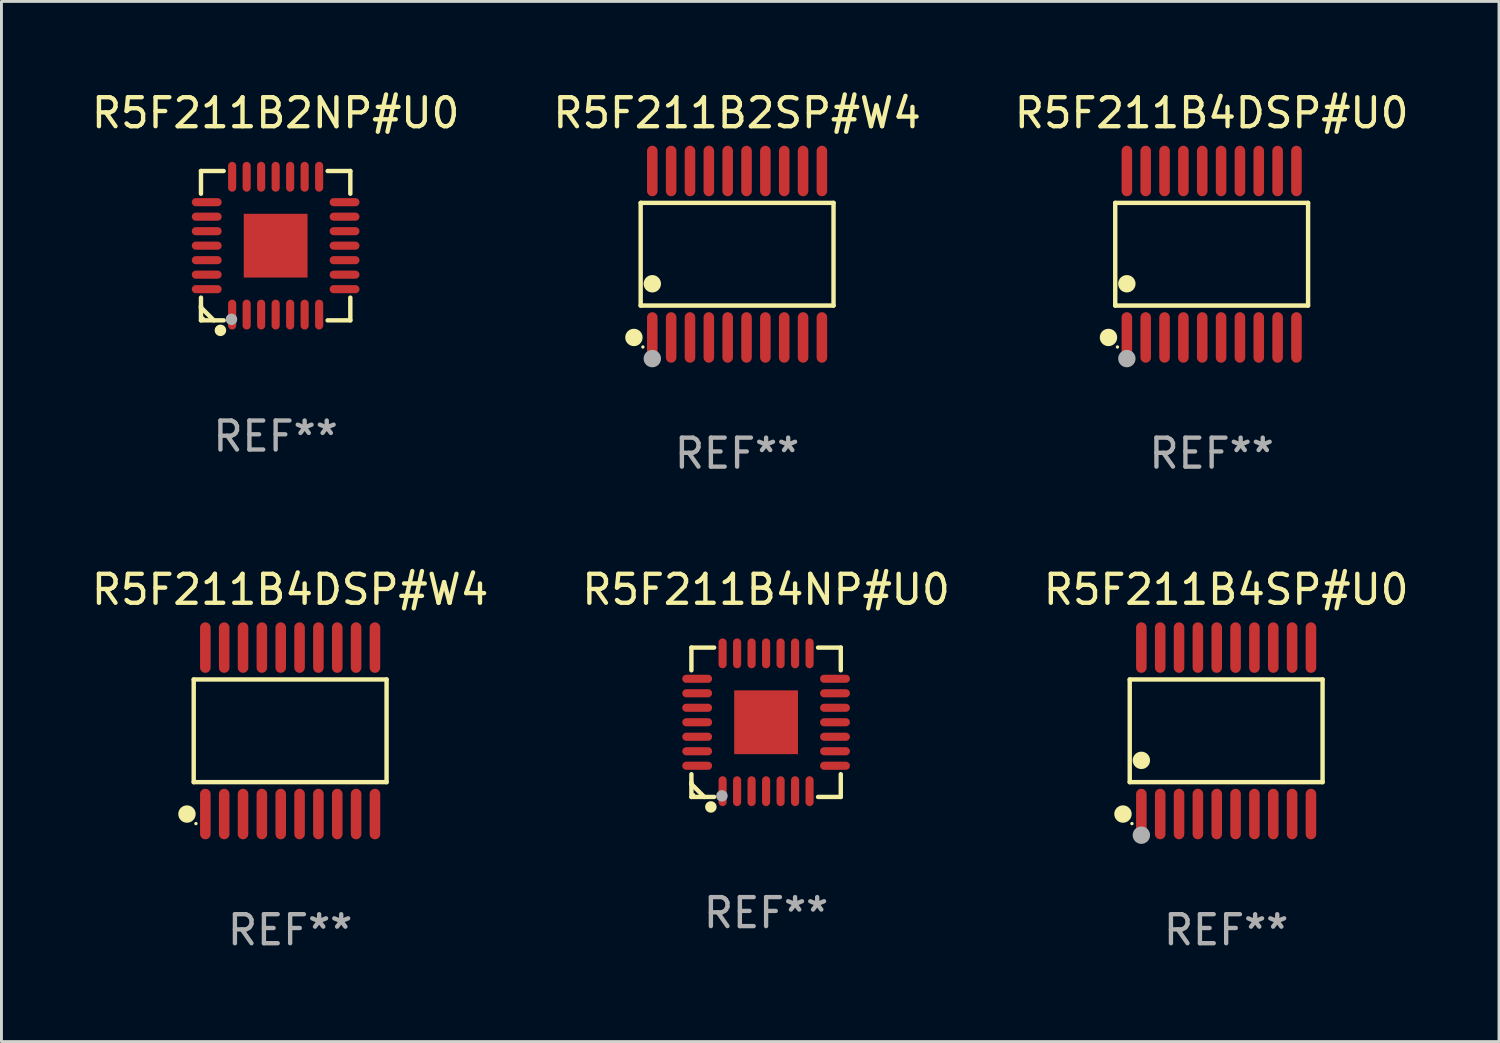
<source format=kicad_pcb>
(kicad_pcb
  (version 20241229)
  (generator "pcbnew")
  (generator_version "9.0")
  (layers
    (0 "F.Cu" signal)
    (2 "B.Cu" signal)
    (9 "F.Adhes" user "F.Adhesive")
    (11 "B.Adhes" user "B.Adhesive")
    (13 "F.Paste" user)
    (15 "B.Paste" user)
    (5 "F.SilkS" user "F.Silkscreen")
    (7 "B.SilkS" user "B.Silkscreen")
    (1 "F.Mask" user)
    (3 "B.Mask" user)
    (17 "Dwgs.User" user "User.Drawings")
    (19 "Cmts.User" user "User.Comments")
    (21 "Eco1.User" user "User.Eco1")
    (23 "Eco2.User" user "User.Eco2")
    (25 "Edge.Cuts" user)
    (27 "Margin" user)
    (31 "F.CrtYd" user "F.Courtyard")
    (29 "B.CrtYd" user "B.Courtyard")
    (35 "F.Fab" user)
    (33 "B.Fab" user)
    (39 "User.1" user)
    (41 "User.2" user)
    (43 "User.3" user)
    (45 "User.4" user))
  (footprint "R5F211B4DSP#U0"
    (layer "F.Cu")
    (at 38.744 5.719)
    (property "Reference" "R5F211B4DSP#U0" (at 0 -4.871 0) (layer "F.SilkS") (effects (font (size 1 1) (thickness 0.15))))
    (attr through_hole)
    (fp_line (start -3.326 -1.771) (end 3.326 -1.771) (stroke (width 0.152) (type solid)) (layer "F.SilkS"))
    (fp_line (start -3.326 1.771) (end -3.326 -1.771) (stroke (width 0.152) (type solid)) (layer "F.SilkS"))
    (fp_line (start 3.326 -1.771) (end 3.326 1.771) (stroke (width 0.152) (type solid)) (layer "F.SilkS"))
    (fp_line (start 3.326 1.771) (end -3.326 1.771) (stroke (width 0.152) (type solid)) (layer "F.SilkS"))
    (fp_circle (center -3.559 2.871) (end -3.409 2.871) (stroke (width 0.3) (type solid)) (fill no) (layer "F.SilkS"))
    (fp_circle (center -3.25 3.2) (end -3.22 3.2) (stroke (width 0.06) (type solid)) (fill no) (layer "F.SilkS"))
    (fp_circle (center -2.925 1.019) (end -2.775 1.019) (stroke (width 0.3) (type solid)) (fill no) (layer "F.SilkS"))
    (fp_circle (center -2.925 3.6) (end -2.775 3.6) (stroke (width 0.3) (type solid)) (fill no) (layer "F.Fab"))
    (fp_text user "REF**" (at 0 6.871 0) (layer "F.Fab") (effects (font (size 1 1) (thickness 0.15))))
    (pad "1" smd oval (at -2.925 2.871) (size 0.364 1.742) (layers "F.Cu" "F.Mask" "F.Paste"))
    (pad "2" smd oval (at -2.275 2.871) (size 0.364 1.742) (layers "F.Cu" "F.Mask" "F.Paste"))
    (pad "3" smd oval (at -1.625 2.871) (size 0.364 1.742) (layers "F.Cu" "F.Mask" "F.Paste"))
    (pad "4" smd oval (at -0.975 2.871) (size 0.364 1.742) (layers "F.Cu" "F.Mask" "F.Paste"))
    (pad "5" smd oval (at -0.325 2.871) (size 0.364 1.742) (layers "F.Cu" "F.Mask" "F.Paste"))
    (pad "6" smd oval (at 0.325 2.871) (size 0.364 1.742) (layers "F.Cu" "F.Mask" "F.Paste"))
    (pad "7" smd oval (at 0.975 2.871) (size 0.364 1.742) (layers "F.Cu" "F.Mask" "F.Paste"))
    (pad "8" smd oval (at 1.625 2.871) (size 0.364 1.742) (layers "F.Cu" "F.Mask" "F.Paste"))
    (pad "9" smd oval (at 2.275 2.871) (size 0.364 1.742) (layers "F.Cu" "F.Mask" "F.Paste"))
    (pad "10" smd oval (at 2.925 2.871) (size 0.364 1.742) (layers "F.Cu" "F.Mask" "F.Paste"))
    (pad "11" smd oval (at 2.925 -2.871) (size 0.364 1.742) (layers "F.Cu" "F.Mask" "F.Paste"))
    (pad "12" smd oval (at 2.275 -2.871) (size 0.364 1.742) (layers "F.Cu" "F.Mask" "F.Paste"))
    (pad "13" smd oval (at 1.625 -2.871) (size 0.364 1.742) (layers "F.Cu" "F.Mask" "F.Paste"))
    (pad "14" smd oval (at 0.975 -2.871) (size 0.364 1.742) (layers "F.Cu" "F.Mask" "F.Paste"))
    (pad "15" smd oval (at 0.325 -2.871) (size 0.364 1.742) (layers "F.Cu" "F.Mask" "F.Paste"))
    (pad "16" smd oval (at -0.325 -2.871) (size 0.364 1.742) (layers "F.Cu" "F.Mask" "F.Paste"))
    (pad "17" smd oval (at -0.975 -2.871) (size 0.364 1.742) (layers "F.Cu" "F.Mask" "F.Paste"))
    (pad "18" smd oval (at -1.625 -2.871) (size 0.364 1.742) (layers "F.Cu" "F.Mask" "F.Paste"))
    (pad "19" smd oval (at -2.275 -2.871) (size 0.364 1.742) (layers "F.Cu" "F.Mask" "F.Paste"))
    (pad "20" smd oval (at -2.925 -2.871) (size 0.364 1.742) (layers "F.Cu" "F.Mask" "F.Paste")))
  (footprint "R5F211B2NP#U0"
    (layer "F.Cu")
    (at 6.458 5.424)
    (property "Reference" "R5F211B2NP#U0" (at 0 -4.576 0) (layer "F.SilkS") (effects (font (size 1 1) (thickness 0.15))))
    (attr through_hole)
    (fp_line (start -2.576 -2.576) (end -2.576 -1.792) (stroke (width 0.152) (type solid)) (layer "F.SilkS"))
    (fp_line (start -2.576 2.077) (end -2.576 2.133) (stroke (width 0.152) (type solid)) (layer "F.SilkS"))
    (fp_line (start -2.576 2.133) (end -2.133 2.576) (stroke (width 0.152) (type solid)) (layer "F.SilkS"))
    (fp_line (start -2.576 2.576) (end -2.576 1.792) (stroke (width 0.152) (type solid)) (layer "F.SilkS"))
    (fp_line (start -1.792 -2.576) (end -2.576 -2.576) (stroke (width 0.152) (type solid)) (layer "F.SilkS"))
    (fp_line (start -1.792 2.576) (end -2.576 2.576) (stroke (width 0.152) (type solid)) (layer "F.SilkS"))
    (fp_line (start 1.792 -2.576) (end 2.576 -2.576) (stroke (width 0.152) (type solid)) (layer "F.SilkS"))
    (fp_line (start 1.792 2.576) (end 2.576 2.576) (stroke (width 0.152) (type solid)) (layer "F.SilkS"))
    (fp_line (start 2.576 -2.576) (end 2.576 -1.792) (stroke (width 0.152) (type solid)) (layer "F.SilkS"))
    (fp_line (start 2.576 2.576) (end 2.576 1.792) (stroke (width 0.152) (type solid)) (layer "F.SilkS"))
    (fp_circle (center -2.5 2.5) (end -2.47 2.5) (stroke (width 0.06) (type solid)) (fill no) (layer "F.SilkS"))
    (fp_circle (center -1.905 2.921) (end -1.805 2.921) (stroke (width 0.2) (type solid)) (fill no) (layer "F.SilkS"))
    (fp_circle (center -1.524 2.54) (end -1.424 2.54) (stroke (width 0.2) (type solid)) (fill no) (layer "F.Fab"))
    (fp_text user "REF**" (at 0 6.576 0) (layer "F.Fab") (effects (font (size 1 1) (thickness 0.15))))
    (pad "1" smd oval (at -1.5 2.377) (size 0.28 1.03) (layers "F.Cu" "F.Mask" "F.Paste"))
    (pad "2" smd oval (at -1 2.377) (size 0.28 1.03) (layers "F.Cu" "F.Mask" "F.Paste"))
    (pad "3" smd oval (at -0.5 2.377) (size 0.28 1.03) (layers "F.Cu" "F.Mask" "F.Paste"))
    (pad "4" smd oval (at 0 2.377) (size 0.28 1.03) (layers "F.Cu" "F.Mask" "F.Paste"))
    (pad "5" smd oval (at 0.5 2.377) (size 0.28 1.03) (layers "F.Cu" "F.Mask" "F.Paste"))
    (pad "6" smd oval (at 1 2.377) (size 0.28 1.03) (layers "F.Cu" "F.Mask" "F.Paste"))
    (pad "7" smd oval (at 1.5 2.377) (size 0.28 1.03) (layers "F.Cu" "F.Mask" "F.Paste"))
    (pad "8" smd oval (at 2.377 1.5) (size 1.03 0.28) (layers "F.Cu" "F.Mask" "F.Paste"))
    (pad "9" smd oval (at 2.377 1) (size 1.03 0.28) (layers "F.Cu" "F.Mask" "F.Paste"))
    (pad "10" smd oval (at 2.377 0.5) (size 1.03 0.28) (layers "F.Cu" "F.Mask" "F.Paste"))
    (pad "11" smd oval (at 2.377 0) (size 1.03 0.28) (layers "F.Cu" "F.Mask" "F.Paste"))
    (pad "12" smd oval (at 2.377 -0.5) (size 1.03 0.28) (layers "F.Cu" "F.Mask" "F.Paste"))
    (pad "13" smd oval (at 2.377 -1) (size 1.03 0.28) (layers "F.Cu" "F.Mask" "F.Paste"))
    (pad "14" smd oval (at 2.377 -1.5) (size 1.03 0.28) (layers "F.Cu" "F.Mask" "F.Paste"))
    (pad "15" smd oval (at 1.5 -2.377) (size 0.28 1.03) (layers "F.Cu" "F.Mask" "F.Paste"))
    (pad "16" smd oval (at 1 -2.377) (size 0.28 1.03) (layers "F.Cu" "F.Mask" "F.Paste"))
    (pad "17" smd oval (at 0.5 -2.377) (size 0.28 1.03) (layers "F.Cu" "F.Mask" "F.Paste"))
    (pad "18" smd oval (at 0 -2.377) (size 0.28 1.03) (layers "F.Cu" "F.Mask" "F.Paste"))
    (pad "19" smd oval (at -0.5 -2.377) (size 0.28 1.03) (layers "F.Cu" "F.Mask" "F.Paste"))
    (pad "20" smd oval (at -1 -2.377) (size 0.28 1.03) (layers "F.Cu" "F.Mask" "F.Paste"))
    (pad "21" smd oval (at -1.5 -2.377) (size 0.28 1.03) (layers "F.Cu" "F.Mask" "F.Paste"))
    (pad "22" smd oval (at -2.377 -1.5) (size 1.03 0.28) (layers "F.Cu" "F.Mask" "F.Paste"))
    (pad "23" smd oval (at -2.377 -1) (size 1.03 0.28) (layers "F.Cu" "F.Mask" "F.Paste"))
    (pad "24" smd oval (at -2.377 -0.5) (size 1.03 0.28) (layers "F.Cu" "F.Mask" "F.Paste"))
    (pad "25" smd oval (at -2.377 0) (size 1.03 0.28) (layers "F.Cu" "F.Mask" "F.Paste"))
    (pad "26" smd oval (at -2.377 0.5) (size 1.03 0.28) (layers "F.Cu" "F.Mask" "F.Paste"))
    (pad "27" smd oval (at -2.377 1) (size 1.03 0.28) (layers "F.Cu" "F.Mask" "F.Paste"))
    (pad "28" smd oval (at -2.377 1.5) (size 1.03 0.28) (layers "F.Cu" "F.Mask" "F.Paste"))
    (pad "29" smd rect (at 0 0) (size 2.2 2.2) (layers "F.Cu" "F.Mask" "F.Paste")))
  (footprint "R5F211B4DSP#W4"
    (layer "F.Cu")
    (at 6.958 22.158)
    (property "Reference" "R5F211B4DSP#W4" (at 0 -4.871 0) (layer "F.SilkS") (effects (font (size 1 1) (thickness 0.15))))
    (attr through_hole)
    (fp_line (start -3.326 -1.771) (end 3.326 -1.771) (stroke (width 0.152) (type solid)) (layer "F.SilkS"))
    (fp_line (start -3.326 1.771) (end -3.326 -1.771) (stroke (width 0.152) (type solid)) (layer "F.SilkS"))
    (fp_line (start 3.326 -1.771) (end 3.326 1.771) (stroke (width 0.152) (type solid)) (layer "F.SilkS"))
    (fp_line (start 3.326 1.771) (end -3.326 1.771) (stroke (width 0.152) (type solid)) (layer "F.SilkS"))
    (fp_circle (center -3.559 2.871) (end -3.409 2.871) (stroke (width 0.3) (type solid)) (fill no) (layer "F.SilkS"))
    (fp_circle (center -3.25 3.2) (end -3.22 3.2) (stroke (width 0.06) (type solid)) (fill no) (layer "F.SilkS"))
    (fp_text user "REF**" (at 0 6.871 0) (layer "F.Fab") (effects (font (size 1 1) (thickness 0.15))))
    (pad "1" smd oval (at -2.925 2.871) (size 0.364 1.742) (layers "F.Cu" "F.Mask" "F.Paste"))
    (pad "2" smd oval (at -2.275 2.871) (size 0.364 1.742) (layers "F.Cu" "F.Mask" "F.Paste"))
    (pad "3" smd oval (at -1.625 2.871) (size 0.364 1.742) (layers "F.Cu" "F.Mask" "F.Paste"))
    (pad "4" smd oval (at -0.975 2.871) (size 0.364 1.742) (layers "F.Cu" "F.Mask" "F.Paste"))
    (pad "5" smd oval (at -0.325 2.871) (size 0.364 1.742) (layers "F.Cu" "F.Mask" "F.Paste"))
    (pad "6" smd oval (at 0.325 2.871) (size 0.364 1.742) (layers "F.Cu" "F.Mask" "F.Paste"))
    (pad "7" smd oval (at 0.975 2.871) (size 0.364 1.742) (layers "F.Cu" "F.Mask" "F.Paste"))
    (pad "8" smd oval (at 1.625 2.871) (size 0.364 1.742) (layers "F.Cu" "F.Mask" "F.Paste"))
    (pad "9" smd oval (at 2.275 2.871) (size 0.364 1.742) (layers "F.Cu" "F.Mask" "F.Paste"))
    (pad "10" smd oval (at 2.925 2.871) (size 0.364 1.742) (layers "F.Cu" "F.Mask" "F.Paste"))
    (pad "11" smd oval (at 2.925 -2.871) (size 0.364 1.742) (layers "F.Cu" "F.Mask" "F.Paste"))
    (pad "12" smd oval (at 2.275 -2.871) (size 0.364 1.742) (layers "F.Cu" "F.Mask" "F.Paste"))
    (pad "13" smd oval (at 1.625 -2.871) (size 0.364 1.742) (layers "F.Cu" "F.Mask" "F.Paste"))
    (pad "14" smd oval (at 0.975 -2.871) (size 0.364 1.742) (layers "F.Cu" "F.Mask" "F.Paste"))
    (pad "15" smd oval (at 0.325 -2.871) (size 0.364 1.742) (layers "F.Cu" "F.Mask" "F.Paste"))
    (pad "16" smd oval (at -0.325 -2.871) (size 0.364 1.742) (layers "F.Cu" "F.Mask" "F.Paste"))
    (pad "17" smd oval (at -0.975 -2.871) (size 0.364 1.742) (layers "F.Cu" "F.Mask" "F.Paste"))
    (pad "18" smd oval (at -1.625 -2.871) (size 0.364 1.742) (layers "F.Cu" "F.Mask" "F.Paste"))
    (pad "19" smd oval (at -2.275 -2.871) (size 0.364 1.742) (layers "F.Cu" "F.Mask" "F.Paste"))
    (pad "20" smd oval (at -2.925 -2.871) (size 0.364 1.742) (layers "F.Cu" "F.Mask" "F.Paste")))
  (footprint "R5F211B2SP#W4"
    (layer "F.Cu")
    (at 22.375 5.719)
    (property "Reference" "R5F211B2SP#W4" (at 0 -4.871 0) (layer "F.SilkS") (effects (font (size 1 1) (thickness 0.15))))
    (attr through_hole)
    (fp_line (start -3.326 -1.771) (end 3.326 -1.771) (stroke (width 0.152) (type solid)) (layer "F.SilkS"))
    (fp_line (start -3.326 1.771) (end -3.326 -1.771) (stroke (width 0.152) (type solid)) (layer "F.SilkS"))
    (fp_line (start 3.326 -1.771) (end 3.326 1.771) (stroke (width 0.152) (type solid)) (layer "F.SilkS"))
    (fp_line (start 3.326 1.771) (end -3.326 1.771) (stroke (width 0.152) (type solid)) (layer "F.SilkS"))
    (fp_circle (center -3.559 2.871) (end -3.409 2.871) (stroke (width 0.3) (type solid)) (fill no) (layer "F.SilkS"))
    (fp_circle (center -3.25 3.2) (end -3.22 3.2) (stroke (width 0.06) (type solid)) (fill no) (layer "F.SilkS"))
    (fp_circle (center -2.925 1.019) (end -2.775 1.019) (stroke (width 0.3) (type solid)) (fill no) (layer "F.SilkS"))
    (fp_circle (center -2.925 3.6) (end -2.775 3.6) (stroke (width 0.3) (type solid)) (fill no) (layer "F.Fab"))
    (fp_text user "REF**" (at 0 6.871 0) (layer "F.Fab") (effects (font (size 1 1) (thickness 0.15))))
    (pad "1" smd oval (at -2.925 2.871) (size 0.364 1.742) (layers "F.Cu" "F.Mask" "F.Paste"))
    (pad "2" smd oval (at -2.275 2.871) (size 0.364 1.742) (layers "F.Cu" "F.Mask" "F.Paste"))
    (pad "3" smd oval (at -1.625 2.871) (size 0.364 1.742) (layers "F.Cu" "F.Mask" "F.Paste"))
    (pad "4" smd oval (at -0.975 2.871) (size 0.364 1.742) (layers "F.Cu" "F.Mask" "F.Paste"))
    (pad "5" smd oval (at -0.325 2.871) (size 0.364 1.742) (layers "F.Cu" "F.Mask" "F.Paste"))
    (pad "6" smd oval (at 0.325 2.871) (size 0.364 1.742) (layers "F.Cu" "F.Mask" "F.Paste"))
    (pad "7" smd oval (at 0.975 2.871) (size 0.364 1.742) (layers "F.Cu" "F.Mask" "F.Paste"))
    (pad "8" smd oval (at 1.625 2.871) (size 0.364 1.742) (layers "F.Cu" "F.Mask" "F.Paste"))
    (pad "9" smd oval (at 2.275 2.871) (size 0.364 1.742) (layers "F.Cu" "F.Mask" "F.Paste"))
    (pad "10" smd oval (at 2.925 2.871) (size 0.364 1.742) (layers "F.Cu" "F.Mask" "F.Paste"))
    (pad "11" smd oval (at 2.925 -2.871) (size 0.364 1.742) (layers "F.Cu" "F.Mask" "F.Paste"))
    (pad "12" smd oval (at 2.275 -2.871) (size 0.364 1.742) (layers "F.Cu" "F.Mask" "F.Paste"))
    (pad "13" smd oval (at 1.625 -2.871) (size 0.364 1.742) (layers "F.Cu" "F.Mask" "F.Paste"))
    (pad "14" smd oval (at 0.975 -2.871) (size 0.364 1.742) (layers "F.Cu" "F.Mask" "F.Paste"))
    (pad "15" smd oval (at 0.325 -2.871) (size 0.364 1.742) (layers "F.Cu" "F.Mask" "F.Paste"))
    (pad "16" smd oval (at -0.325 -2.871) (size 0.364 1.742) (layers "F.Cu" "F.Mask" "F.Paste"))
    (pad "17" smd oval (at -0.975 -2.871) (size 0.364 1.742) (layers "F.Cu" "F.Mask" "F.Paste"))
    (pad "18" smd oval (at -1.625 -2.871) (size 0.364 1.742) (layers "F.Cu" "F.Mask" "F.Paste"))
    (pad "19" smd oval (at -2.275 -2.871) (size 0.364 1.742) (layers "F.Cu" "F.Mask" "F.Paste"))
    (pad "20" smd oval (at -2.925 -2.871) (size 0.364 1.742) (layers "F.Cu" "F.Mask" "F.Paste")))
  (footprint "R5F211B4SP#U0"
    (layer "F.Cu")
    (at 39.244 22.158)
    (property "Reference" "R5F211B4SP#U0" (at 0 -4.871 0) (layer "F.SilkS") (effects (font (size 1 1) (thickness 0.15))))
    (attr through_hole)
    (fp_line (start -3.326 -1.771) (end 3.326 -1.771) (stroke (width 0.152) (type solid)) (layer "F.SilkS"))
    (fp_line (start -3.326 1.771) (end -3.326 -1.771) (stroke (width 0.152) (type solid)) (layer "F.SilkS"))
    (fp_line (start 3.326 -1.771) (end 3.326 1.771) (stroke (width 0.152) (type solid)) (layer "F.SilkS"))
    (fp_line (start 3.326 1.771) (end -3.326 1.771) (stroke (width 0.152) (type solid)) (layer "F.SilkS"))
    (fp_circle (center -3.559 2.871) (end -3.409 2.871) (stroke (width 0.3) (type solid)) (fill no) (layer "F.SilkS"))
    (fp_circle (center -3.25 3.2) (end -3.22 3.2) (stroke (width 0.06) (type solid)) (fill no) (layer "F.SilkS"))
    (fp_circle (center -2.925 1.019) (end -2.775 1.019) (stroke (width 0.3) (type solid)) (fill no) (layer "F.SilkS"))
    (fp_circle (center -2.925 3.6) (end -2.775 3.6) (stroke (width 0.3) (type solid)) (fill no) (layer "F.Fab"))
    (fp_text user "REF**" (at 0 6.871 0) (layer "F.Fab") (effects (font (size 1 1) (thickness 0.15))))
    (pad "1" smd oval (at -2.925 2.871) (size 0.364 1.742) (layers "F.Cu" "F.Mask" "F.Paste"))
    (pad "2" smd oval (at -2.275 2.871) (size 0.364 1.742) (layers "F.Cu" "F.Mask" "F.Paste"))
    (pad "3" smd oval (at -1.625 2.871) (size 0.364 1.742) (layers "F.Cu" "F.Mask" "F.Paste"))
    (pad "4" smd oval (at -0.975 2.871) (size 0.364 1.742) (layers "F.Cu" "F.Mask" "F.Paste"))
    (pad "5" smd oval (at -0.325 2.871) (size 0.364 1.742) (layers "F.Cu" "F.Mask" "F.Paste"))
    (pad "6" smd oval (at 0.325 2.871) (size 0.364 1.742) (layers "F.Cu" "F.Mask" "F.Paste"))
    (pad "7" smd oval (at 0.975 2.871) (size 0.364 1.742) (layers "F.Cu" "F.Mask" "F.Paste"))
    (pad "8" smd oval (at 1.625 2.871) (size 0.364 1.742) (layers "F.Cu" "F.Mask" "F.Paste"))
    (pad "9" smd oval (at 2.275 2.871) (size 0.364 1.742) (layers "F.Cu" "F.Mask" "F.Paste"))
    (pad "10" smd oval (at 2.925 2.871) (size 0.364 1.742) (layers "F.Cu" "F.Mask" "F.Paste"))
    (pad "11" smd oval (at 2.925 -2.871) (size 0.364 1.742) (layers "F.Cu" "F.Mask" "F.Paste"))
    (pad "12" smd oval (at 2.275 -2.871) (size 0.364 1.742) (layers "F.Cu" "F.Mask" "F.Paste"))
    (pad "13" smd oval (at 1.625 -2.871) (size 0.364 1.742) (layers "F.Cu" "F.Mask" "F.Paste"))
    (pad "14" smd oval (at 0.975 -2.871) (size 0.364 1.742) (layers "F.Cu" "F.Mask" "F.Paste"))
    (pad "15" smd oval (at 0.325 -2.871) (size 0.364 1.742) (layers "F.Cu" "F.Mask" "F.Paste"))
    (pad "16" smd oval (at -0.325 -2.871) (size 0.364 1.742) (layers "F.Cu" "F.Mask" "F.Paste"))
    (pad "17" smd oval (at -0.975 -2.871) (size 0.364 1.742) (layers "F.Cu" "F.Mask" "F.Paste"))
    (pad "18" smd oval (at -1.625 -2.871) (size 0.364 1.742) (layers "F.Cu" "F.Mask" "F.Paste"))
    (pad "19" smd oval (at -2.275 -2.871) (size 0.364 1.742) (layers "F.Cu" "F.Mask" "F.Paste"))
    (pad "20" smd oval (at -2.925 -2.871) (size 0.364 1.742) (layers "F.Cu" "F.Mask" "F.Paste")))
  (footprint "R5F211B4NP#U0"
    (layer "F.Cu")
    (at 23.375 21.863)
    (property "Reference" "R5F211B4NP#U0" (at 0 -4.576 0) (layer "F.SilkS") (effects (font (size 1 1) (thickness 0.15))))
    (attr through_hole)
    (fp_line (start -2.576 -2.576) (end -2.576 -1.792) (stroke (width 0.152) (type solid)) (layer "F.SilkS"))
    (fp_line (start -2.576 2.077) (end -2.576 2.133) (stroke (width 0.152) (type solid)) (layer "F.SilkS"))
    (fp_line (start -2.576 2.133) (end -2.133 2.576) (stroke (width 0.152) (type solid)) (layer "F.SilkS"))
    (fp_line (start -2.576 2.576) (end -2.576 1.792) (stroke (width 0.152) (type solid)) (layer "F.SilkS"))
    (fp_line (start -1.792 -2.576) (end -2.576 -2.576) (stroke (width 0.152) (type solid)) (layer "F.SilkS"))
    (fp_line (start -1.792 2.576) (end -2.576 2.576) (stroke (width 0.152) (type solid)) (layer "F.SilkS"))
    (fp_line (start 1.792 -2.576) (end 2.576 -2.576) (stroke (width 0.152) (type solid)) (layer "F.SilkS"))
    (fp_line (start 1.792 2.576) (end 2.576 2.576) (stroke (width 0.152) (type solid)) (layer "F.SilkS"))
    (fp_line (start 2.576 -2.576) (end 2.576 -1.792) (stroke (width 0.152) (type solid)) (layer "F.SilkS"))
    (fp_line (start 2.576 2.576) (end 2.576 1.792) (stroke (width 0.152) (type solid)) (layer "F.SilkS"))
    (fp_circle (center -2.5 2.5) (end -2.47 2.5) (stroke (width 0.06) (type solid)) (fill no) (layer "F.SilkS"))
    (fp_circle (center -1.905 2.921) (end -1.805 2.921) (stroke (width 0.2) (type solid)) (fill no) (layer "F.SilkS"))
    (fp_circle (center -1.524 2.54) (end -1.424 2.54) (stroke (width 0.2) (type solid)) (fill no) (layer "F.Fab"))
    (fp_text user "REF**" (at 0 6.576 0) (layer "F.Fab") (effects (font (size 1 1) (thickness 0.15))))
    (pad "1" smd oval (at -1.5 2.377) (size 0.28 1.03) (layers "F.Cu" "F.Mask" "F.Paste"))
    (pad "2" smd oval (at -1 2.377) (size 0.28 1.03) (layers "F.Cu" "F.Mask" "F.Paste"))
    (pad "3" smd oval (at -0.5 2.377) (size 0.28 1.03) (layers "F.Cu" "F.Mask" "F.Paste"))
    (pad "4" smd oval (at 0 2.377) (size 0.28 1.03) (layers "F.Cu" "F.Mask" "F.Paste"))
    (pad "5" smd oval (at 0.5 2.377) (size 0.28 1.03) (layers "F.Cu" "F.Mask" "F.Paste"))
    (pad "6" smd oval (at 1 2.377) (size 0.28 1.03) (layers "F.Cu" "F.Mask" "F.Paste"))
    (pad "7" smd oval (at 1.5 2.377) (size 0.28 1.03) (layers "F.Cu" "F.Mask" "F.Paste"))
    (pad "8" smd oval (at 2.377 1.5) (size 1.03 0.28) (layers "F.Cu" "F.Mask" "F.Paste"))
    (pad "9" smd oval (at 2.377 1) (size 1.03 0.28) (layers "F.Cu" "F.Mask" "F.Paste"))
    (pad "10" smd oval (at 2.377 0.5) (size 1.03 0.28) (layers "F.Cu" "F.Mask" "F.Paste"))
    (pad "11" smd oval (at 2.377 0) (size 1.03 0.28) (layers "F.Cu" "F.Mask" "F.Paste"))
    (pad "12" smd oval (at 2.377 -0.5) (size 1.03 0.28) (layers "F.Cu" "F.Mask" "F.Paste"))
    (pad "13" smd oval (at 2.377 -1) (size 1.03 0.28) (layers "F.Cu" "F.Mask" "F.Paste"))
    (pad "14" smd oval (at 2.377 -1.5) (size 1.03 0.28) (layers "F.Cu" "F.Mask" "F.Paste"))
    (pad "15" smd oval (at 1.5 -2.377) (size 0.28 1.03) (layers "F.Cu" "F.Mask" "F.Paste"))
    (pad "16" smd oval (at 1 -2.377) (size 0.28 1.03) (layers "F.Cu" "F.Mask" "F.Paste"))
    (pad "17" smd oval (at 0.5 -2.377) (size 0.28 1.03) (layers "F.Cu" "F.Mask" "F.Paste"))
    (pad "18" smd oval (at 0 -2.377) (size 0.28 1.03) (layers "F.Cu" "F.Mask" "F.Paste"))
    (pad "19" smd oval (at -0.5 -2.377) (size 0.28 1.03) (layers "F.Cu" "F.Mask" "F.Paste"))
    (pad "20" smd oval (at -1 -2.377) (size 0.28 1.03) (layers "F.Cu" "F.Mask" "F.Paste"))
    (pad "21" smd oval (at -1.5 -2.377) (size 0.28 1.03) (layers "F.Cu" "F.Mask" "F.Paste"))
    (pad "22" smd oval (at -2.377 -1.5) (size 1.03 0.28) (layers "F.Cu" "F.Mask" "F.Paste"))
    (pad "23" smd oval (at -2.377 -1) (size 1.03 0.28) (layers "F.Cu" "F.Mask" "F.Paste"))
    (pad "24" smd oval (at -2.377 -0.5) (size 1.03 0.28) (layers "F.Cu" "F.Mask" "F.Paste"))
    (pad "25" smd oval (at -2.377 0) (size 1.03 0.28) (layers "F.Cu" "F.Mask" "F.Paste"))
    (pad "26" smd oval (at -2.377 0.5) (size 1.03 0.28) (layers "F.Cu" "F.Mask" "F.Paste"))
    (pad "27" smd oval (at -2.377 1) (size 1.03 0.28) (layers "F.Cu" "F.Mask" "F.Paste"))
    (pad "28" smd oval (at -2.377 1.5) (size 1.03 0.28) (layers "F.Cu" "F.Mask" "F.Paste"))
    (pad "29" smd rect (at 0 0) (size 2.2 2.2) (layers "F.Cu" "F.Mask" "F.Paste")))
  (gr_rect
    (start -3 -3)
    (end 48.655 32.877)
    (stroke (width 0.1) (type default))
    (fill no)
    (layer "Edge.Cuts")))
</source>
